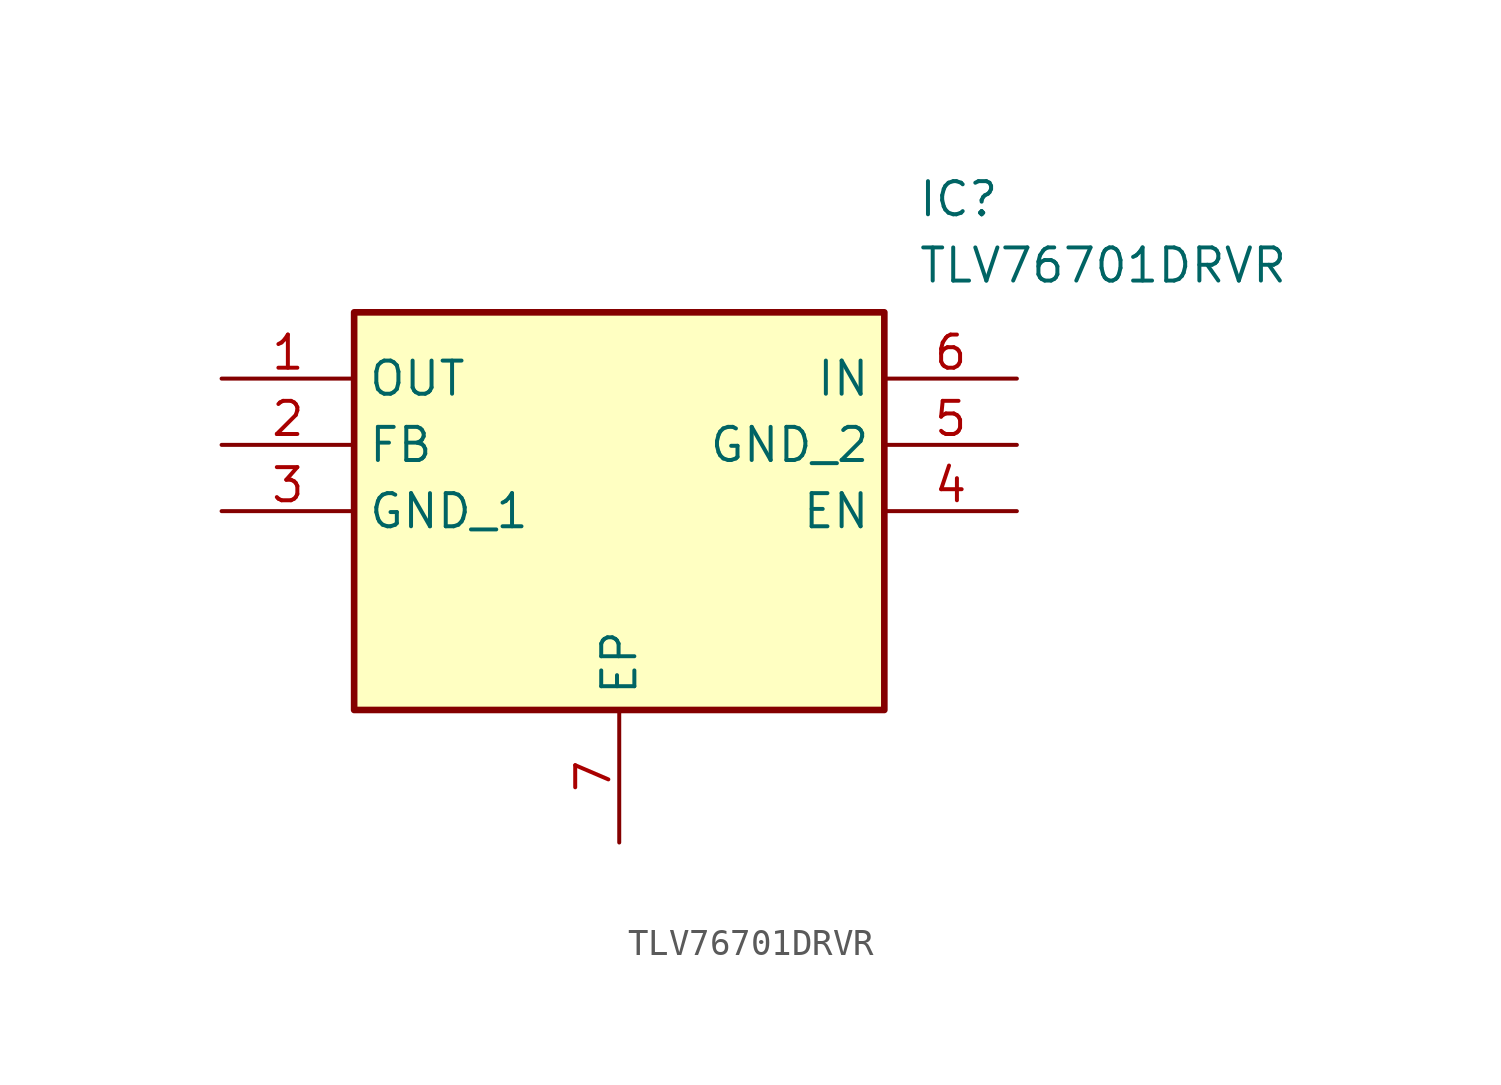
<source format=kicad_sym>
(kicad_symbol_lib
  (version 20211014)
  (generator SamacSys_ECAD_Model)
  (symbol "TLV76701DRVR"
    (property "Reference" "IC"
      (at 26.67 7.62 0)
      (effects (font (size 1.27 1.27)) (justify left top)))
    (property "Value" "TLV76701DRVR"
      (at 26.67 5.08 0)
      (effects (font (size 1.27 1.27)) (justify left top)))
    (rectangle
      (start 5.08 2.54)
      (end 25.4 -12.7)
      (stroke (width 0.254) (type default))
      (fill (type background)))
    (pin passive line
      (at 0 0 0)
      (length 5.08)
      (name "OUT" (effects (font (size 1.27 1.27))))
      (number "1" (effects (font (size 1.27 1.27)))))
    (pin passive line
      (at 0 -2.54 0)
      (length 5.08)
      (name "FB" (effects (font (size 1.27 1.27))))
      (number "2" (effects (font (size 1.27 1.27)))))
    (pin passive line
      (at 0 -5.08 0)
      (length 5.08)
      (name "GND_1" (effects (font (size 1.27 1.27))))
      (number "3" (effects (font (size 1.27 1.27)))))
    (pin passive line
      (at 15.24 -17.78 90)
      (length 5.08)
      (name "EP" (effects (font (size 1.27 1.27))))
      (number "7" (effects (font (size 1.27 1.27)))))
    (pin passive line
      (at 30.48 0 180)
      (length 5.08)
      (name "IN" (effects (font (size 1.27 1.27))))
      (number "6" (effects (font (size 1.27 1.27)))))
    (pin passive line
      (at 30.48 -2.54 180)
      (length 5.08)
      (name "GND_2" (effects (font (size 1.27 1.27))))
      (number "5" (effects (font (size 1.27 1.27)))))
    (pin passive line
      (at 30.48 -5.08 180)
      (length 5.08)
      (name "EN" (effects (font (size 1.27 1.27))))
      (number "4" (effects (font (size 1.27 1.27)))))))
</source>
